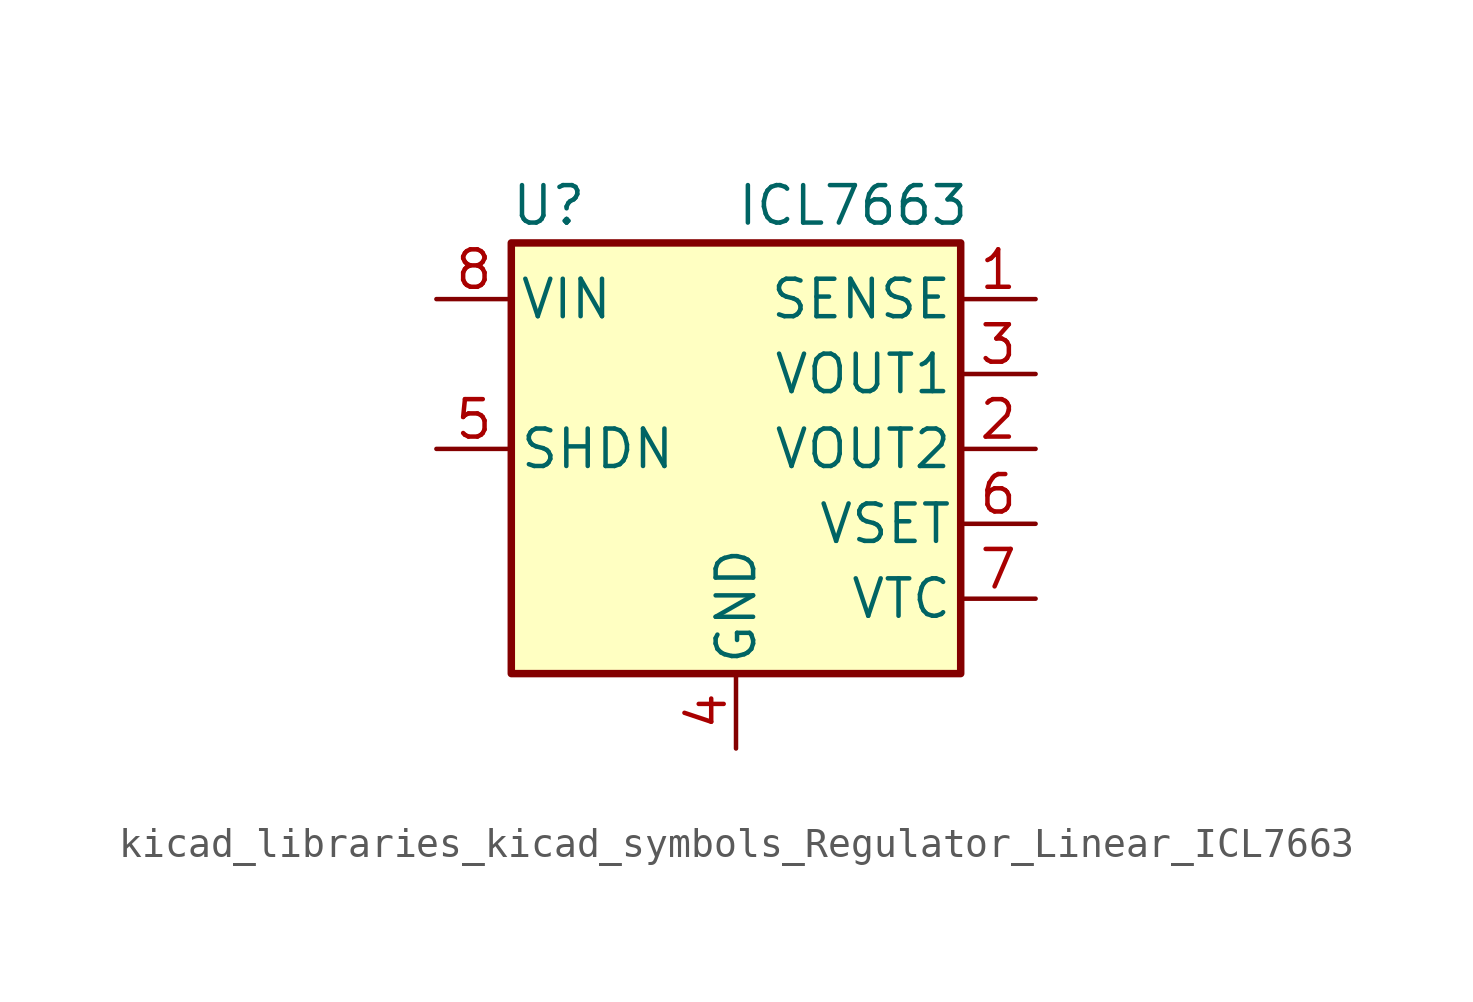
<source format=kicad_sym>
(kicad_symbol_lib
  (version 20220914)
  (generator kicad_symbol_editor)
  (symbol "kicad_libraries_kicad_symbols_Regulator_Linear_ICL7663"
    (pin_names
      (offset 0.254))
    (property "Reference" "U"
      (at -6.35 8.255 0)
      (effects (font (size 1.27 1.27))))
    (property "Value" "ICL7663"
      (at 0 8.255 0)
      (effects (font (size 1.27 1.27)) (justify left)))
    (symbol "kicad_libraries_kicad_symbols_Regulator_Linear_ICL7663_0_1"
      (rectangle (start -7.62 -7.62) (end 7.62 6.985) (stroke (width 0.254) (type default)) (fill (type background))))
    (symbol "kicad_libraries_kicad_symbols_Regulator_Linear_ICL7663_1_1"
      (pin input line (at 10.16 5.08 180) (length 2.54) (name "SENSE" (effects (font (size 1.27 1.27)))) (number "1" (effects (font (size 1.27 1.27)))))
      (pin power_out line (at 10.16 0 180) (length 2.54) (name "VOUT2" (effects (font (size 1.27 1.27)))) (number "2" (effects (font (size 1.27 1.27)))))
      (pin power_out line (at 10.16 2.54 180) (length 2.54) (name "VOUT1" (effects (font (size 1.27 1.27)))) (number "3" (effects (font (size 1.27 1.27)))))
      (pin power_in line (at 0 -10.16 90) (length 2.54) (name "GND" (effects (font (size 1.27 1.27)))) (number "4" (effects (font (size 1.27 1.27)))))
      (pin input line (at -10.16 0 0) (length 2.54) (name "SHDN" (effects (font (size 1.27 1.27)))) (number "5" (effects (font (size 1.27 1.27)))))
      (pin input line (at 10.16 -2.54 180) (length 2.54) (name "VSET" (effects (font (size 1.27 1.27)))) (number "6" (effects (font (size 1.27 1.27)))))
      (pin output line (at 10.16 -5.08 180) (length 2.54) (name "VTC" (effects (font (size 1.27 1.27)))) (number "7" (effects (font (size 1.27 1.27)))))
      (pin power_in line (at -10.16 5.08 0) (length 2.54) (name "VIN" (effects (font (size 1.27 1.27)))) (number "8" (effects (font (size 1.27 1.27))))))))
</source>
